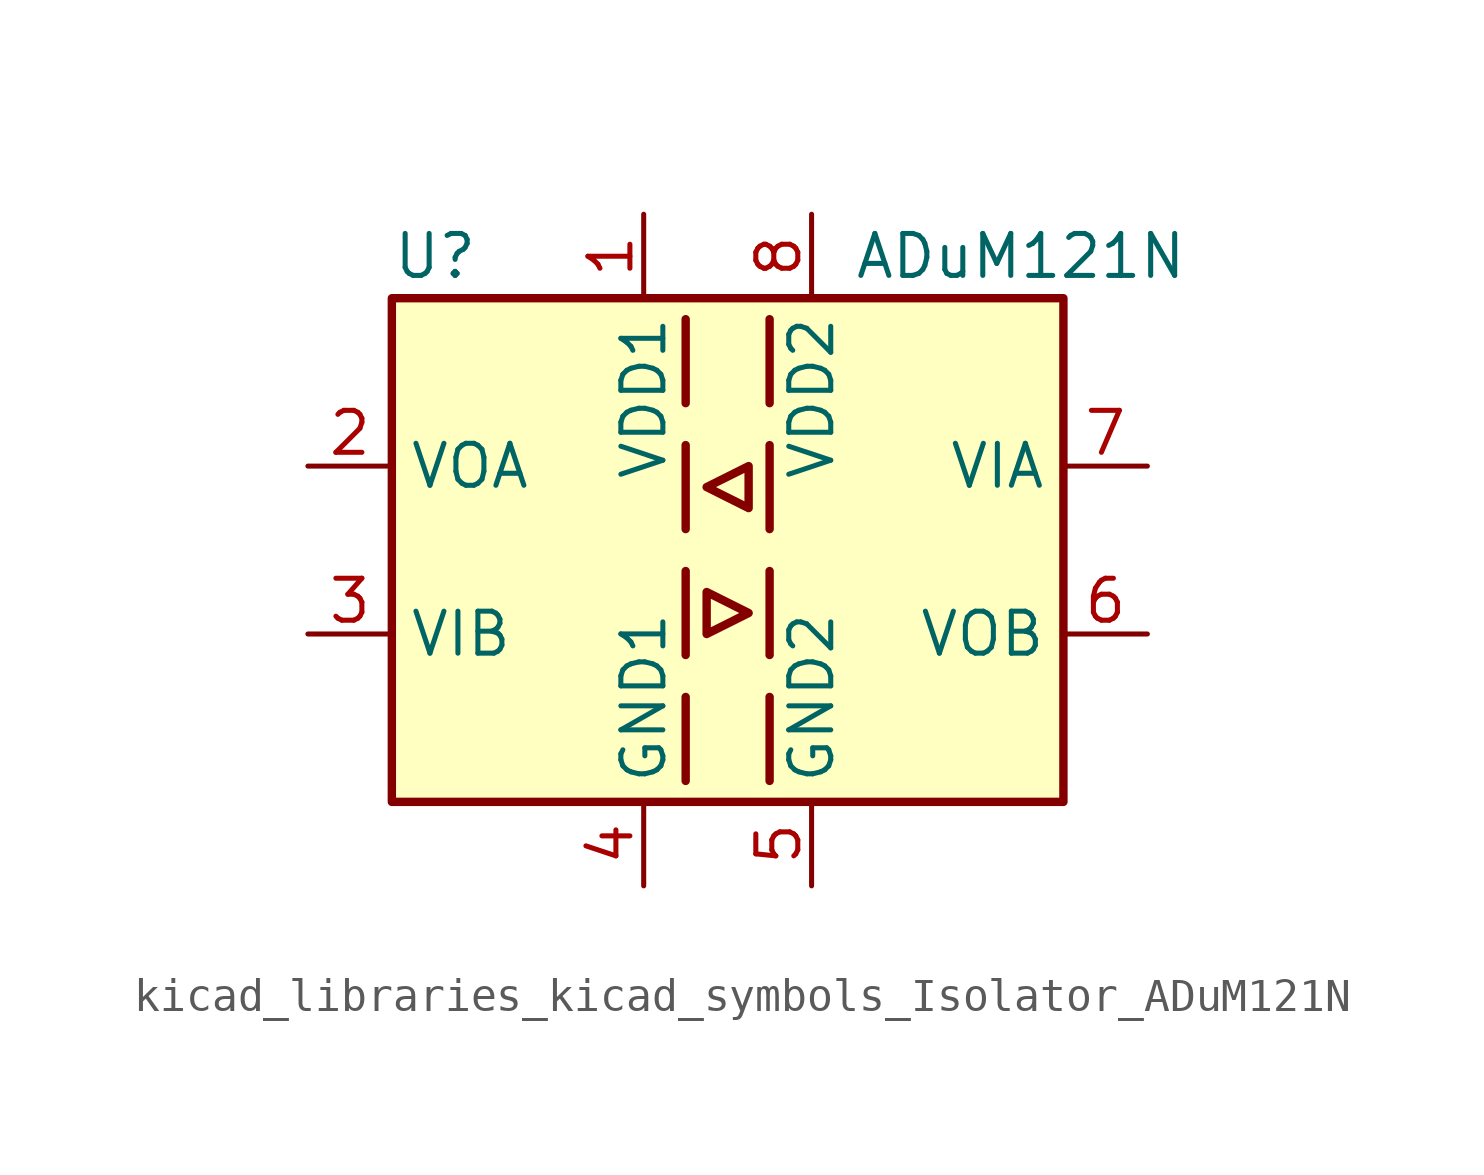
<source format=kicad_sym>
(kicad_symbol_lib
  (version 20220914)
  (generator kicad_symbol_editor)
  (symbol "kicad_libraries_kicad_symbols_Isolator_ADuM121N"
    (property "Reference" "U"
      (at -10.16 8.89 0)
      (effects (font (size 1.27 1.27)) (justify left)))
    (property "Value" "ADuM121N"
      (at 3.81 8.89 0)
      (effects (font (size 1.27 1.27)) (justify left)))
    (symbol "kicad_libraries_kicad_symbols_Isolator_ADuM121N_0_1"
      (rectangle (start -10.16 7.62) (end 10.16 -7.62) (stroke (width 0.254) (type default)) (fill (type background)))
      (polyline (pts (xy -1.27 -4.445) (xy -1.27 -6.985)) (stroke (width 0.254) (type default)) (fill (type none)))
      (polyline (pts (xy -1.27 -0.635) (xy -1.27 -3.175)) (stroke (width 0.254) (type default)) (fill (type none)))
      (polyline (pts (xy -1.27 3.175) (xy -1.27 0.635)) (stroke (width 0.254) (type default)) (fill (type none)))
      (polyline (pts (xy -1.27 6.985) (xy -1.27 4.445)) (stroke (width 0.254) (type default)) (fill (type none)))
      (polyline (pts (xy 1.27 -4.445) (xy 1.27 -6.985)) (stroke (width 0.254) (type default)) (fill (type none)))
      (polyline (pts (xy 1.27 -0.635) (xy 1.27 -3.175)) (stroke (width 0.254) (type default)) (fill (type none)))
      (polyline (pts (xy 1.27 3.175) (xy 1.27 0.635)) (stroke (width 0.254) (type default)) (fill (type none)))
      (polyline (pts (xy 1.27 6.985) (xy 1.27 4.445)) (stroke (width 0.254) (type default)) (fill (type none)))
      (polyline (pts (xy -0.635 -1.27) (xy -0.635 -2.54) (xy 0.635 -1.905) (xy -0.635 -1.27)) (stroke (width 0.254) (type default)) (fill (type none)))
      (polyline (pts (xy 0.635 1.27) (xy -0.635 1.905) (xy 0.635 2.54) (xy 0.635 1.27)) (stroke (width 0.254) (type default)) (fill (type none))))
    (symbol "kicad_libraries_kicad_symbols_Isolator_ADuM121N_1_1"
      (pin power_in line (at -2.54 10.16 270) (length 2.54) (name "VDD1" (effects (font (size 1.27 1.27)))) (number "1" (effects (font (size 1.27 1.27)))))
      (pin output line (at -12.7 2.54 0) (length 2.54) (name "VOA" (effects (font (size 1.27 1.27)))) (number "2" (effects (font (size 1.27 1.27)))))
      (pin input line (at -12.7 -2.54 0) (length 2.54) (name "VIB" (effects (font (size 1.27 1.27)))) (number "3" (effects (font (size 1.27 1.27)))))
      (pin power_in line (at -2.54 -10.16 90) (length 2.54) (name "GND1" (effects (font (size 1.27 1.27)))) (number "4" (effects (font (size 1.27 1.27)))))
      (pin power_in line (at 2.54 -10.16 90) (length 2.54) (name "GND2" (effects (font (size 1.27 1.27)))) (number "5" (effects (font (size 1.27 1.27)))))
      (pin output line (at 12.7 -2.54 180) (length 2.54) (name "VOB" (effects (font (size 1.27 1.27)))) (number "6" (effects (font (size 1.27 1.27)))))
      (pin input line (at 12.7 2.54 180) (length 2.54) (name "VIA" (effects (font (size 1.27 1.27)))) (number "7" (effects (font (size 1.27 1.27)))))
      (pin power_in line (at 2.54 10.16 270) (length 2.54) (name "VDD2" (effects (font (size 1.27 1.27)))) (number "8" (effects (font (size 1.27 1.27))))))))
</source>
